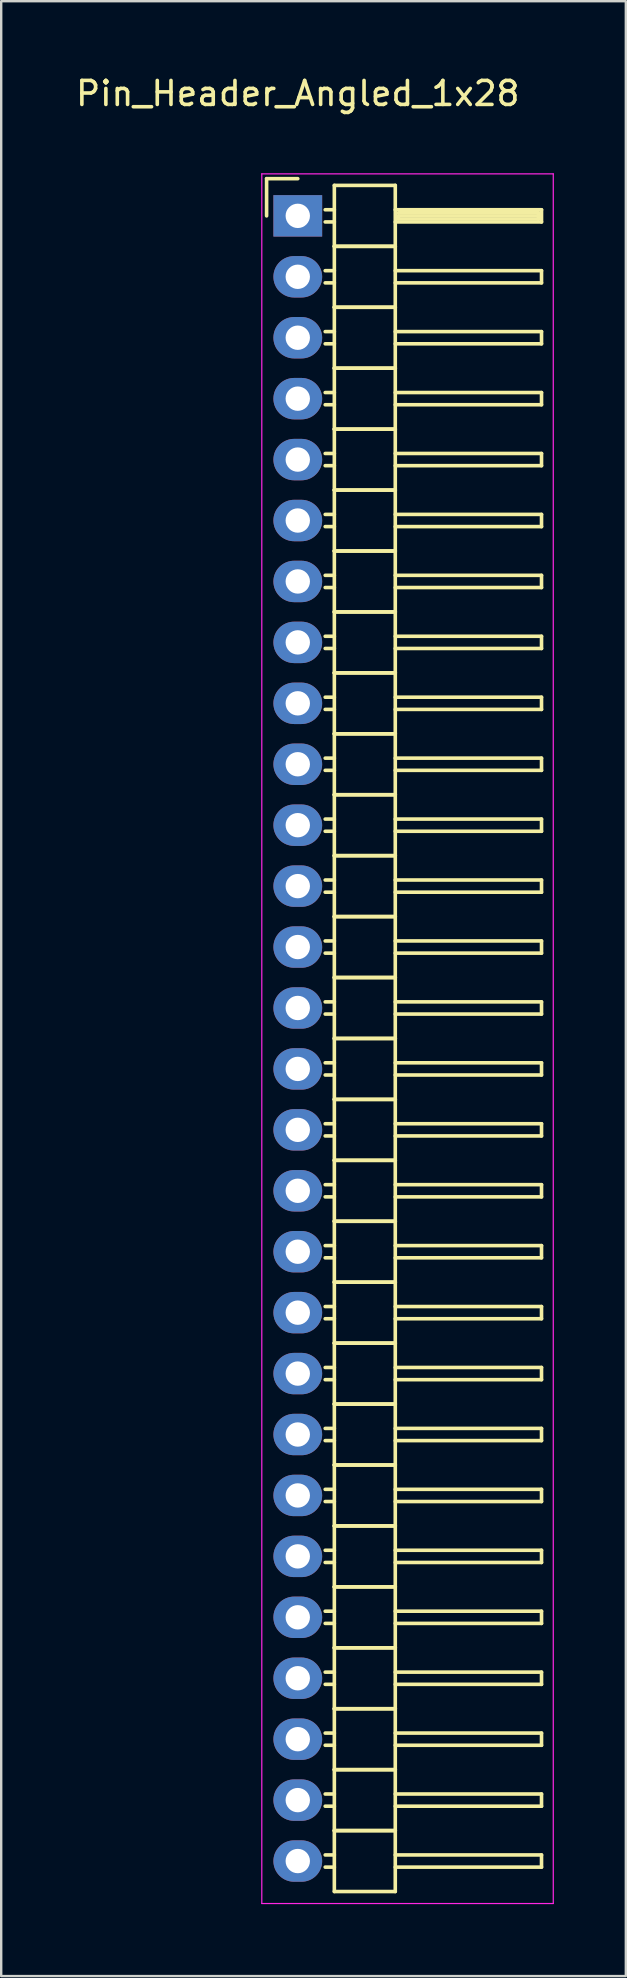
<source format=kicad_pcb>
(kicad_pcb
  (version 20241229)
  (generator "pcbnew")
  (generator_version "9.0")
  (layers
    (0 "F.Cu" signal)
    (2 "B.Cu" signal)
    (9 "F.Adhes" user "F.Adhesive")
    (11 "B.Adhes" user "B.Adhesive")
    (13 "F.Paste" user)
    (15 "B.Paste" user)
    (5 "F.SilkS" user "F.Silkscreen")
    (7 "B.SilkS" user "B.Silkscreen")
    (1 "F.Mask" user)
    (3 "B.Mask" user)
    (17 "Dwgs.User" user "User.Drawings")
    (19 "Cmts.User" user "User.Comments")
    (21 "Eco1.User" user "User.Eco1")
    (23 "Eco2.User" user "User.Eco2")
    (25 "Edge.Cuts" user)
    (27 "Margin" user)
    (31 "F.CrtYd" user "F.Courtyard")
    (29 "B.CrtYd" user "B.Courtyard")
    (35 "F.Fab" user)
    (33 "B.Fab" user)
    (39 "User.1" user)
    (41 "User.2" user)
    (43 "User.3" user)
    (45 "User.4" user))
  (footprint "Pin_Header_Angled_1x28"
    (layer "F.Cu")
    (at 9.363 5.948)
    (property "Reference" "Pin_Header_Angled_1x28" (at 0 -5.1 0) (layer "F.SilkS") (effects (font (size 1 1) (thickness 0.15))))
    (attr through_hole)
    (fp_line (start -1.3 -1.55) (end -1.3 0) (stroke (width 0.15) (type solid)) (layer "F.SilkS"))
    (fp_line (start 0 -1.55) (end -1.3 -1.55) (stroke (width 0.15) (type solid)) (layer "F.SilkS"))
    (fp_line (start 1.524 -1.27) (end 1.524 1.27) (stroke (width 0.15) (type solid)) (layer "F.SilkS"))
    (fp_line (start 1.524 -1.27) (end 4.064 -1.27) (stroke (width 0.15) (type solid)) (layer "F.SilkS"))
    (fp_line (start 1.524 -0.254) (end 1.143 -0.254) (stroke (width 0.15) (type solid)) (layer "F.SilkS"))
    (fp_line (start 1.524 0.254) (end 1.143 0.254) (stroke (width 0.15) (type solid)) (layer "F.SilkS"))
    (fp_line (start 1.524 1.27) (end 1.524 3.81) (stroke (width 0.15) (type solid)) (layer "F.SilkS"))
    (fp_line (start 1.524 1.27) (end 4.064 1.27) (stroke (width 0.15) (type solid)) (layer "F.SilkS"))
    (fp_line (start 1.524 1.27) (end 4.064 1.27) (stroke (width 0.15) (type solid)) (layer "F.SilkS"))
    (fp_line (start 1.524 2.286) (end 1.143 2.286) (stroke (width 0.15) (type solid)) (layer "F.SilkS"))
    (fp_line (start 1.524 2.794) (end 1.143 2.794) (stroke (width 0.15) (type solid)) (layer "F.SilkS"))
    (fp_line (start 1.524 3.81) (end 1.524 6.35) (stroke (width 0.15) (type solid)) (layer "F.SilkS"))
    (fp_line (start 1.524 3.81) (end 4.064 3.81) (stroke (width 0.15) (type solid)) (layer "F.SilkS"))
    (fp_line (start 1.524 3.81) (end 4.064 3.81) (stroke (width 0.15) (type solid)) (layer "F.SilkS"))
    (fp_line (start 1.524 4.826) (end 1.143 4.826) (stroke (width 0.15) (type solid)) (layer "F.SilkS"))
    (fp_line (start 1.524 5.334) (end 1.143 5.334) (stroke (width 0.15) (type solid)) (layer "F.SilkS"))
    (fp_line (start 1.524 6.35) (end 1.524 8.89) (stroke (width 0.15) (type solid)) (layer "F.SilkS"))
    (fp_line (start 1.524 6.35) (end 4.064 6.35) (stroke (width 0.15) (type solid)) (layer "F.SilkS"))
    (fp_line (start 1.524 6.35) (end 4.064 6.35) (stroke (width 0.15) (type solid)) (layer "F.SilkS"))
    (fp_line (start 1.524 7.366) (end 1.143 7.366) (stroke (width 0.15) (type solid)) (layer "F.SilkS"))
    (fp_line (start 1.524 7.874) (end 1.143 7.874) (stroke (width 0.15) (type solid)) (layer "F.SilkS"))
    (fp_line (start 1.524 8.89) (end 1.524 11.43) (stroke (width 0.15) (type solid)) (layer "F.SilkS"))
    (fp_line (start 1.524 8.89) (end 4.064 8.89) (stroke (width 0.15) (type solid)) (layer "F.SilkS"))
    (fp_line (start 1.524 8.89) (end 4.064 8.89) (stroke (width 0.15) (type solid)) (layer "F.SilkS"))
    (fp_line (start 1.524 9.906) (end 1.143 9.906) (stroke (width 0.15) (type solid)) (layer "F.SilkS"))
    (fp_line (start 1.524 10.414) (end 1.143 10.414) (stroke (width 0.15) (type solid)) (layer "F.SilkS"))
    (fp_line (start 1.524 11.43) (end 1.524 13.97) (stroke (width 0.15) (type solid)) (layer "F.SilkS"))
    (fp_line (start 1.524 11.43) (end 4.064 11.43) (stroke (width 0.15) (type solid)) (layer "F.SilkS"))
    (fp_line (start 1.524 11.43) (end 4.064 11.43) (stroke (width 0.15) (type solid)) (layer "F.SilkS"))
    (fp_line (start 1.524 12.446) (end 1.143 12.446) (stroke (width 0.15) (type solid)) (layer "F.SilkS"))
    (fp_line (start 1.524 12.954) (end 1.143 12.954) (stroke (width 0.15) (type solid)) (layer "F.SilkS"))
    (fp_line (start 1.524 13.97) (end 1.524 16.51) (stroke (width 0.15) (type solid)) (layer "F.SilkS"))
    (fp_line (start 1.524 13.97) (end 4.064 13.97) (stroke (width 0.15) (type solid)) (layer "F.SilkS"))
    (fp_line (start 1.524 13.97) (end 4.064 13.97) (stroke (width 0.15) (type solid)) (layer "F.SilkS"))
    (fp_line (start 1.524 14.986) (end 1.143 14.986) (stroke (width 0.15) (type solid)) (layer "F.SilkS"))
    (fp_line (start 1.524 15.494) (end 1.143 15.494) (stroke (width 0.15) (type solid)) (layer "F.SilkS"))
    (fp_line (start 1.524 16.51) (end 1.524 19.05) (stroke (width 0.15) (type solid)) (layer "F.SilkS"))
    (fp_line (start 1.524 16.51) (end 4.064 16.51) (stroke (width 0.15) (type solid)) (layer "F.SilkS"))
    (fp_line (start 1.524 16.51) (end 4.064 16.51) (stroke (width 0.15) (type solid)) (layer "F.SilkS"))
    (fp_line (start 1.524 17.526) (end 1.143 17.526) (stroke (width 0.15) (type solid)) (layer "F.SilkS"))
    (fp_line (start 1.524 18.034) (end 1.143 18.034) (stroke (width 0.15) (type solid)) (layer "F.SilkS"))
    (fp_line (start 1.524 19.05) (end 1.524 21.59) (stroke (width 0.15) (type solid)) (layer "F.SilkS"))
    (fp_line (start 1.524 19.05) (end 4.064 19.05) (stroke (width 0.15) (type solid)) (layer "F.SilkS"))
    (fp_line (start 1.524 19.05) (end 4.064 19.05) (stroke (width 0.15) (type solid)) (layer "F.SilkS"))
    (fp_line (start 1.524 20.066) (end 1.143 20.066) (stroke (width 0.15) (type solid)) (layer "F.SilkS"))
    (fp_line (start 1.524 20.574) (end 1.143 20.574) (stroke (width 0.15) (type solid)) (layer "F.SilkS"))
    (fp_line (start 1.524 21.59) (end 1.524 24.13) (stroke (width 0.15) (type solid)) (layer "F.SilkS"))
    (fp_line (start 1.524 21.59) (end 4.064 21.59) (stroke (width 0.15) (type solid)) (layer "F.SilkS"))
    (fp_line (start 1.524 21.59) (end 4.064 21.59) (stroke (width 0.15) (type solid)) (layer "F.SilkS"))
    (fp_line (start 1.524 22.606) (end 1.143 22.606) (stroke (width 0.15) (type solid)) (layer "F.SilkS"))
    (fp_line (start 1.524 23.114) (end 1.143 23.114) (stroke (width 0.15) (type solid)) (layer "F.SilkS"))
    (fp_line (start 1.524 24.13) (end 1.524 26.67) (stroke (width 0.15) (type solid)) (layer "F.SilkS"))
    (fp_line (start 1.524 24.13) (end 4.064 24.13) (stroke (width 0.15) (type solid)) (layer "F.SilkS"))
    (fp_line (start 1.524 24.13) (end 4.064 24.13) (stroke (width 0.15) (type solid)) (layer "F.SilkS"))
    (fp_line (start 1.524 25.146) (end 1.143 25.146) (stroke (width 0.15) (type solid)) (layer "F.SilkS"))
    (fp_line (start 1.524 25.654) (end 1.143 25.654) (stroke (width 0.15) (type solid)) (layer "F.SilkS"))
    (fp_line (start 1.524 26.67) (end 1.524 29.21) (stroke (width 0.15) (type solid)) (layer "F.SilkS"))
    (fp_line (start 1.524 26.67) (end 4.064 26.67) (stroke (width 0.15) (type solid)) (layer "F.SilkS"))
    (fp_line (start 1.524 26.67) (end 4.064 26.67) (stroke (width 0.15) (type solid)) (layer "F.SilkS"))
    (fp_line (start 1.524 27.686) (end 1.143 27.686) (stroke (width 0.15) (type solid)) (layer "F.SilkS"))
    (fp_line (start 1.524 28.194) (end 1.143 28.194) (stroke (width 0.15) (type solid)) (layer "F.SilkS"))
    (fp_line (start 1.524 29.21) (end 1.524 31.75) (stroke (width 0.15) (type solid)) (layer "F.SilkS"))
    (fp_line (start 1.524 29.21) (end 4.064 29.21) (stroke (width 0.15) (type solid)) (layer "F.SilkS"))
    (fp_line (start 1.524 29.21) (end 4.064 29.21) (stroke (width 0.15) (type solid)) (layer "F.SilkS"))
    (fp_line (start 1.524 30.226) (end 1.143 30.226) (stroke (width 0.15) (type solid)) (layer "F.SilkS"))
    (fp_line (start 1.524 30.734) (end 1.143 30.734) (stroke (width 0.15) (type solid)) (layer "F.SilkS"))
    (fp_line (start 1.524 31.75) (end 1.524 34.29) (stroke (width 0.15) (type solid)) (layer "F.SilkS"))
    (fp_line (start 1.524 31.75) (end 4.064 31.75) (stroke (width 0.15) (type solid)) (layer "F.SilkS"))
    (fp_line (start 1.524 31.75) (end 4.064 31.75) (stroke (width 0.15) (type solid)) (layer "F.SilkS"))
    (fp_line (start 1.524 32.766) (end 1.143 32.766) (stroke (width 0.15) (type solid)) (layer "F.SilkS"))
    (fp_line (start 1.524 33.274) (end 1.143 33.274) (stroke (width 0.15) (type solid)) (layer "F.SilkS"))
    (fp_line (start 1.524 34.29) (end 1.524 36.83) (stroke (width 0.15) (type solid)) (layer "F.SilkS"))
    (fp_line (start 1.524 34.29) (end 4.064 34.29) (stroke (width 0.15) (type solid)) (layer "F.SilkS"))
    (fp_line (start 1.524 34.29) (end 4.064 34.29) (stroke (width 0.15) (type solid)) (layer "F.SilkS"))
    (fp_line (start 1.524 35.306) (end 1.143 35.306) (stroke (width 0.15) (type solid)) (layer "F.SilkS"))
    (fp_line (start 1.524 35.814) (end 1.143 35.814) (stroke (width 0.15) (type solid)) (layer "F.SilkS"))
    (fp_line (start 1.524 36.83) (end 1.524 39.37) (stroke (width 0.15) (type solid)) (layer "F.SilkS"))
    (fp_line (start 1.524 36.83) (end 4.064 36.83) (stroke (width 0.15) (type solid)) (layer "F.SilkS"))
    (fp_line (start 1.524 36.83) (end 4.064 36.83) (stroke (width 0.15) (type solid)) (layer "F.SilkS"))
    (fp_line (start 1.524 37.846) (end 1.143 37.846) (stroke (width 0.15) (type solid)) (layer "F.SilkS"))
    (fp_line (start 1.524 38.354) (end 1.143 38.354) (stroke (width 0.15) (type solid)) (layer "F.SilkS"))
    (fp_line (start 1.524 39.37) (end 1.524 41.91) (stroke (width 0.15) (type solid)) (layer "F.SilkS"))
    (fp_line (start 1.524 39.37) (end 4.064 39.37) (stroke (width 0.15) (type solid)) (layer "F.SilkS"))
    (fp_line (start 1.524 39.37) (end 4.064 39.37) (stroke (width 0.15) (type solid)) (layer "F.SilkS"))
    (fp_line (start 1.524 40.386) (end 1.143 40.386) (stroke (width 0.15) (type solid)) (layer "F.SilkS"))
    (fp_line (start 1.524 40.894) (end 1.143 40.894) (stroke (width 0.15) (type solid)) (layer "F.SilkS"))
    (fp_line (start 1.524 41.91) (end 1.524 44.45) (stroke (width 0.15) (type solid)) (layer "F.SilkS"))
    (fp_line (start 1.524 41.91) (end 4.064 41.91) (stroke (width 0.15) (type solid)) (layer "F.SilkS"))
    (fp_line (start 1.524 41.91) (end 4.064 41.91) (stroke (width 0.15) (type solid)) (layer "F.SilkS"))
    (fp_line (start 1.524 42.926) (end 1.143 42.926) (stroke (width 0.15) (type solid)) (layer "F.SilkS"))
    (fp_line (start 1.524 43.434) (end 1.143 43.434) (stroke (width 0.15) (type solid)) (layer "F.SilkS"))
    (fp_line (start 1.524 44.45) (end 1.524 46.99) (stroke (width 0.15) (type solid)) (layer "F.SilkS"))
    (fp_line (start 1.524 44.45) (end 4.064 44.45) (stroke (width 0.15) (type solid)) (layer "F.SilkS"))
    (fp_line (start 1.524 44.45) (end 4.064 44.45) (stroke (width 0.15) (type solid)) (layer "F.SilkS"))
    (fp_line (start 1.524 45.466) (end 1.143 45.466) (stroke (width 0.15) (type solid)) (layer "F.SilkS"))
    (fp_line (start 1.524 45.974) (end 1.143 45.974) (stroke (width 0.15) (type solid)) (layer "F.SilkS"))
    (fp_line (start 1.524 46.99) (end 1.524 49.53) (stroke (width 0.15) (type solid)) (layer "F.SilkS"))
    (fp_line (start 1.524 46.99) (end 4.064 46.99) (stroke (width 0.15) (type solid)) (layer "F.SilkS"))
    (fp_line (start 1.524 46.99) (end 4.064 46.99) (stroke (width 0.15) (type solid)) (layer "F.SilkS"))
    (fp_line (start 1.524 48.006) (end 1.143 48.006) (stroke (width 0.15) (type solid)) (layer "F.SilkS"))
    (fp_line (start 1.524 48.514) (end 1.143 48.514) (stroke (width 0.15) (type solid)) (layer "F.SilkS"))
    (fp_line (start 1.524 49.53) (end 1.524 52.07) (stroke (width 0.15) (type solid)) (layer "F.SilkS"))
    (fp_line (start 1.524 49.53) (end 4.064 49.53) (stroke (width 0.15) (type solid)) (layer "F.SilkS"))
    (fp_line (start 1.524 49.53) (end 4.064 49.53) (stroke (width 0.15) (type solid)) (layer "F.SilkS"))
    (fp_line (start 1.524 50.546) (end 1.143 50.546) (stroke (width 0.15) (type solid)) (layer "F.SilkS"))
    (fp_line (start 1.524 51.054) (end 1.143 51.054) (stroke (width 0.15) (type solid)) (layer "F.SilkS"))
    (fp_line (start 1.524 52.07) (end 1.524 54.61) (stroke (width 0.15) (type solid)) (layer "F.SilkS"))
    (fp_line (start 1.524 52.07) (end 4.064 52.07) (stroke (width 0.15) (type solid)) (layer "F.SilkS"))
    (fp_line (start 1.524 52.07) (end 4.064 52.07) (stroke (width 0.15) (type solid)) (layer "F.SilkS"))
    (fp_line (start 1.524 53.086) (end 1.143 53.086) (stroke (width 0.15) (type solid)) (layer "F.SilkS"))
    (fp_line (start 1.524 53.594) (end 1.143 53.594) (stroke (width 0.15) (type solid)) (layer "F.SilkS"))
    (fp_line (start 1.524 54.61) (end 1.524 57.15) (stroke (width 0.15) (type solid)) (layer "F.SilkS"))
    (fp_line (start 1.524 54.61) (end 4.064 54.61) (stroke (width 0.15) (type solid)) (layer "F.SilkS"))
    (fp_line (start 1.524 54.61) (end 4.064 54.61) (stroke (width 0.15) (type solid)) (layer "F.SilkS"))
    (fp_line (start 1.524 55.626) (end 1.143 55.626) (stroke (width 0.15) (type solid)) (layer "F.SilkS"))
    (fp_line (start 1.524 56.134) (end 1.143 56.134) (stroke (width 0.15) (type solid)) (layer "F.SilkS"))
    (fp_line (start 1.524 57.15) (end 1.524 59.69) (stroke (width 0.15) (type solid)) (layer "F.SilkS"))
    (fp_line (start 1.524 57.15) (end 4.064 57.15) (stroke (width 0.15) (type solid)) (layer "F.SilkS"))
    (fp_line (start 1.524 57.15) (end 4.064 57.15) (stroke (width 0.15) (type solid)) (layer "F.SilkS"))
    (fp_line (start 1.524 58.166) (end 1.143 58.166) (stroke (width 0.15) (type solid)) (layer "F.SilkS"))
    (fp_line (start 1.524 58.674) (end 1.143 58.674) (stroke (width 0.15) (type solid)) (layer "F.SilkS"))
    (fp_line (start 1.524 59.69) (end 1.524 62.23) (stroke (width 0.15) (type solid)) (layer "F.SilkS"))
    (fp_line (start 1.524 59.69) (end 4.064 59.69) (stroke (width 0.15) (type solid)) (layer "F.SilkS"))
    (fp_line (start 1.524 59.69) (end 4.064 59.69) (stroke (width 0.15) (type solid)) (layer "F.SilkS"))
    (fp_line (start 1.524 60.706) (end 1.143 60.706) (stroke (width 0.15) (type solid)) (layer "F.SilkS"))
    (fp_line (start 1.524 61.214) (end 1.143 61.214) (stroke (width 0.15) (type solid)) (layer "F.SilkS"))
    (fp_line (start 1.524 62.23) (end 1.524 64.77) (stroke (width 0.15) (type solid)) (layer "F.SilkS"))
    (fp_line (start 1.524 62.23) (end 4.064 62.23) (stroke (width 0.15) (type solid)) (layer "F.SilkS"))
    (fp_line (start 1.524 62.23) (end 4.064 62.23) (stroke (width 0.15) (type solid)) (layer "F.SilkS"))
    (fp_line (start 1.524 63.246) (end 1.143 63.246) (stroke (width 0.15) (type solid)) (layer "F.SilkS"))
    (fp_line (start 1.524 63.754) (end 1.143 63.754) (stroke (width 0.15) (type solid)) (layer "F.SilkS"))
    (fp_line (start 1.524 64.77) (end 1.524 67.31) (stroke (width 0.15) (type solid)) (layer "F.SilkS"))
    (fp_line (start 1.524 64.77) (end 4.064 64.77) (stroke (width 0.15) (type solid)) (layer "F.SilkS"))
    (fp_line (start 1.524 64.77) (end 4.064 64.77) (stroke (width 0.15) (type solid)) (layer "F.SilkS"))
    (fp_line (start 1.524 65.786) (end 1.143 65.786) (stroke (width 0.15) (type solid)) (layer "F.SilkS"))
    (fp_line (start 1.524 66.294) (end 1.143 66.294) (stroke (width 0.15) (type solid)) (layer "F.SilkS"))
    (fp_line (start 1.524 67.31) (end 1.524 69.85) (stroke (width 0.15) (type solid)) (layer "F.SilkS"))
    (fp_line (start 1.524 67.31) (end 4.064 67.31) (stroke (width 0.15) (type solid)) (layer "F.SilkS"))
    (fp_line (start 1.524 67.31) (end 4.064 67.31) (stroke (width 0.15) (type solid)) (layer "F.SilkS"))
    (fp_line (start 1.524 68.326) (end 1.143 68.326) (stroke (width 0.15) (type solid)) (layer "F.SilkS"))
    (fp_line (start 1.524 68.834) (end 1.143 68.834) (stroke (width 0.15) (type solid)) (layer "F.SilkS"))
    (fp_line (start 1.524 69.85) (end 4.064 69.85) (stroke (width 0.15) (type solid)) (layer "F.SilkS"))
    (fp_line (start 4.064 -0.254) (end 10.16 -0.254) (stroke (width 0.15) (type solid)) (layer "F.SilkS"))
    (fp_line (start 4.064 1.27) (end 4.064 -1.27) (stroke (width 0.15) (type solid)) (layer "F.SilkS"))
    (fp_line (start 4.064 2.286) (end 10.16 2.286) (stroke (width 0.15) (type solid)) (layer "F.SilkS"))
    (fp_line (start 4.064 3.81) (end 4.064 1.27) (stroke (width 0.15) (type solid)) (layer "F.SilkS"))
    (fp_line (start 4.064 4.826) (end 10.16 4.826) (stroke (width 0.15) (type solid)) (layer "F.SilkS"))
    (fp_line (start 4.064 6.35) (end 4.064 3.81) (stroke (width 0.15) (type solid)) (layer "F.SilkS"))
    (fp_line (start 4.064 7.366) (end 10.16 7.366) (stroke (width 0.15) (type solid)) (layer "F.SilkS"))
    (fp_line (start 4.064 8.89) (end 4.064 6.35) (stroke (width 0.15) (type solid)) (layer "F.SilkS"))
    (fp_line (start 4.064 9.906) (end 10.16 9.906) (stroke (width 0.15) (type solid)) (layer "F.SilkS"))
    (fp_line (start 4.064 11.43) (end 4.064 8.89) (stroke (width 0.15) (type solid)) (layer "F.SilkS"))
    (fp_line (start 4.064 12.446) (end 10.16 12.446) (stroke (width 0.15) (type solid)) (layer "F.SilkS"))
    (fp_line (start 4.064 13.97) (end 4.064 11.43) (stroke (width 0.15) (type solid)) (layer "F.SilkS"))
    (fp_line (start 4.064 14.986) (end 10.16 14.986) (stroke (width 0.15) (type solid)) (layer "F.SilkS"))
    (fp_line (start 4.064 16.51) (end 4.064 13.97) (stroke (width 0.15) (type solid)) (layer "F.SilkS"))
    (fp_line (start 4.064 17.526) (end 10.16 17.526) (stroke (width 0.15) (type solid)) (layer "F.SilkS"))
    (fp_line (start 4.064 19.05) (end 4.064 16.51) (stroke (width 0.15) (type solid)) (layer "F.SilkS"))
    (fp_line (start 4.064 20.066) (end 10.16 20.066) (stroke (width 0.15) (type solid)) (layer "F.SilkS"))
    (fp_line (start 4.064 21.59) (end 4.064 19.05) (stroke (width 0.15) (type solid)) (layer "F.SilkS"))
    (fp_line (start 4.064 22.606) (end 10.16 22.606) (stroke (width 0.15) (type solid)) (layer "F.SilkS"))
    (fp_line (start 4.064 24.13) (end 4.064 21.59) (stroke (width 0.15) (type solid)) (layer "F.SilkS"))
    (fp_line (start 4.064 25.146) (end 10.16 25.146) (stroke (width 0.15) (type solid)) (layer "F.SilkS"))
    (fp_line (start 4.064 26.67) (end 4.064 24.13) (stroke (width 0.15) (type solid)) (layer "F.SilkS"))
    (fp_line (start 4.064 27.686) (end 10.16 27.686) (stroke (width 0.15) (type solid)) (layer "F.SilkS"))
    (fp_line (start 4.064 29.21) (end 4.064 26.67) (stroke (width 0.15) (type solid)) (layer "F.SilkS"))
    (fp_line (start 4.064 30.226) (end 10.16 30.226) (stroke (width 0.15) (type solid)) (layer "F.SilkS"))
    (fp_line (start 4.064 31.75) (end 4.064 29.21) (stroke (width 0.15) (type solid)) (layer "F.SilkS"))
    (fp_line (start 4.064 32.766) (end 10.16 32.766) (stroke (width 0.15) (type solid)) (layer "F.SilkS"))
    (fp_line (start 4.064 34.29) (end 4.064 31.75) (stroke (width 0.15) (type solid)) (layer "F.SilkS"))
    (fp_line (start 4.064 35.306) (end 10.16 35.306) (stroke (width 0.15) (type solid)) (layer "F.SilkS"))
    (fp_line (start 4.064 36.83) (end 4.064 34.29) (stroke (width 0.15) (type solid)) (layer "F.SilkS"))
    (fp_line (start 4.064 37.846) (end 10.16 37.846) (stroke (width 0.15) (type solid)) (layer "F.SilkS"))
    (fp_line (start 4.064 39.37) (end 4.064 36.83) (stroke (width 0.15) (type solid)) (layer "F.SilkS"))
    (fp_line (start 4.064 40.386) (end 10.16 40.386) (stroke (width 0.15) (type solid)) (layer "F.SilkS"))
    (fp_line (start 4.064 41.91) (end 4.064 39.37) (stroke (width 0.15) (type solid)) (layer "F.SilkS"))
    (fp_line (start 4.064 42.926) (end 10.16 42.926) (stroke (width 0.15) (type solid)) (layer "F.SilkS"))
    (fp_line (start 4.064 44.45) (end 4.064 41.91) (stroke (width 0.15) (type solid)) (layer "F.SilkS"))
    (fp_line (start 4.064 45.466) (end 10.16 45.466) (stroke (width 0.15) (type solid)) (layer "F.SilkS"))
    (fp_line (start 4.064 46.99) (end 4.064 44.45) (stroke (width 0.15) (type solid)) (layer "F.SilkS"))
    (fp_line (start 4.064 48.006) (end 10.16 48.006) (stroke (width 0.15) (type solid)) (layer "F.SilkS"))
    (fp_line (start 4.064 49.53) (end 4.064 46.99) (stroke (width 0.15) (type solid)) (layer "F.SilkS"))
    (fp_line (start 4.064 50.546) (end 10.16 50.546) (stroke (width 0.15) (type solid)) (layer "F.SilkS"))
    (fp_line (start 4.064 52.07) (end 4.064 49.53) (stroke (width 0.15) (type solid)) (layer "F.SilkS"))
    (fp_line (start 4.064 53.086) (end 10.16 53.086) (stroke (width 0.15) (type solid)) (layer "F.SilkS"))
    (fp_line (start 4.064 54.61) (end 4.064 52.07) (stroke (width 0.15) (type solid)) (layer "F.SilkS"))
    (fp_line (start 4.064 55.626) (end 10.16 55.626) (stroke (width 0.15) (type solid)) (layer "F.SilkS"))
    (fp_line (start 4.064 57.15) (end 4.064 54.61) (stroke (width 0.15) (type solid)) (layer "F.SilkS"))
    (fp_line (start 4.064 58.166) (end 10.16 58.166) (stroke (width 0.15) (type solid)) (layer "F.SilkS"))
    (fp_line (start 4.064 59.69) (end 4.064 57.15) (stroke (width 0.15) (type solid)) (layer "F.SilkS"))
    (fp_line (start 4.064 60.706) (end 10.16 60.706) (stroke (width 0.15) (type solid)) (layer "F.SilkS"))
    (fp_line (start 4.064 62.23) (end 4.064 59.69) (stroke (width 0.15) (type solid)) (layer "F.SilkS"))
    (fp_line (start 4.064 63.246) (end 10.16 63.246) (stroke (width 0.15) (type solid)) (layer "F.SilkS"))
    (fp_line (start 4.064 64.77) (end 4.064 62.23) (stroke (width 0.15) (type solid)) (layer "F.SilkS"))
    (fp_line (start 4.064 65.786) (end 10.16 65.786) (stroke (width 0.15) (type solid)) (layer "F.SilkS"))
    (fp_line (start 4.064 67.31) (end 4.064 64.77) (stroke (width 0.15) (type solid)) (layer "F.SilkS"))
    (fp_line (start 4.064 68.326) (end 10.16 68.326) (stroke (width 0.15) (type solid)) (layer "F.SilkS"))
    (fp_line (start 4.064 69.85) (end 4.064 67.31) (stroke (width 0.15) (type solid)) (layer "F.SilkS"))
    (fp_line (start 4.191 -0.127) (end 10.033 -0.127) (stroke (width 0.15) (type solid)) (layer "F.SilkS"))
    (fp_line (start 4.191 0) (end 10.033 0) (stroke (width 0.15) (type solid)) (layer "F.SilkS"))
    (fp_line (start 4.191 0.127) (end 4.191 0) (stroke (width 0.15) (type solid)) (layer "F.SilkS"))
    (fp_line (start 10.033 -0.127) (end 10.033 0.127) (stroke (width 0.15) (type solid)) (layer "F.SilkS"))
    (fp_line (start 10.033 0.127) (end 4.191 0.127) (stroke (width 0.15) (type solid)) (layer "F.SilkS"))
    (fp_line (start 10.16 -0.254) (end 10.16 0.254) (stroke (width 0.15) (type solid)) (layer "F.SilkS"))
    (fp_line (start 10.16 0.254) (end 4.064 0.254) (stroke (width 0.15) (type solid)) (layer "F.SilkS"))
    (fp_line (start 10.16 2.286) (end 10.16 2.794) (stroke (width 0.15) (type solid)) (layer "F.SilkS"))
    (fp_line (start 10.16 2.794) (end 4.064 2.794) (stroke (width 0.15) (type solid)) (layer "F.SilkS"))
    (fp_line (start 10.16 4.826) (end 10.16 5.334) (stroke (width 0.15) (type solid)) (layer "F.SilkS"))
    (fp_line (start 10.16 5.334) (end 4.064 5.334) (stroke (width 0.15) (type solid)) (layer "F.SilkS"))
    (fp_line (start 10.16 7.366) (end 10.16 7.874) (stroke (width 0.15) (type solid)) (layer "F.SilkS"))
    (fp_line (start 10.16 7.874) (end 4.064 7.874) (stroke (width 0.15) (type solid)) (layer "F.SilkS"))
    (fp_line (start 10.16 9.906) (end 10.16 10.414) (stroke (width 0.15) (type solid)) (layer "F.SilkS"))
    (fp_line (start 10.16 10.414) (end 4.064 10.414) (stroke (width 0.15) (type solid)) (layer "F.SilkS"))
    (fp_line (start 10.16 12.446) (end 10.16 12.954) (stroke (width 0.15) (type solid)) (layer "F.SilkS"))
    (fp_line (start 10.16 12.954) (end 4.064 12.954) (stroke (width 0.15) (type solid)) (layer "F.SilkS"))
    (fp_line (start 10.16 14.986) (end 10.16 15.494) (stroke (width 0.15) (type solid)) (layer "F.SilkS"))
    (fp_line (start 10.16 15.494) (end 4.064 15.494) (stroke (width 0.15) (type solid)) (layer "F.SilkS"))
    (fp_line (start 10.16 17.526) (end 10.16 18.034) (stroke (width 0.15) (type solid)) (layer "F.SilkS"))
    (fp_line (start 10.16 18.034) (end 4.064 18.034) (stroke (width 0.15) (type solid)) (layer "F.SilkS"))
    (fp_line (start 10.16 20.066) (end 10.16 20.574) (stroke (width 0.15) (type solid)) (layer "F.SilkS"))
    (fp_line (start 10.16 20.574) (end 4.064 20.574) (stroke (width 0.15) (type solid)) (layer "F.SilkS"))
    (fp_line (start 10.16 22.606) (end 10.16 23.114) (stroke (width 0.15) (type solid)) (layer "F.SilkS"))
    (fp_line (start 10.16 23.114) (end 4.064 23.114) (stroke (width 0.15) (type solid)) (layer "F.SilkS"))
    (fp_line (start 10.16 25.146) (end 10.16 25.654) (stroke (width 0.15) (type solid)) (layer "F.SilkS"))
    (fp_line (start 10.16 25.654) (end 4.064 25.654) (stroke (width 0.15) (type solid)) (layer "F.SilkS"))
    (fp_line (start 10.16 27.686) (end 10.16 28.194) (stroke (width 0.15) (type solid)) (layer "F.SilkS"))
    (fp_line (start 10.16 28.194) (end 4.064 28.194) (stroke (width 0.15) (type solid)) (layer "F.SilkS"))
    (fp_line (start 10.16 30.226) (end 10.16 30.734) (stroke (width 0.15) (type solid)) (layer "F.SilkS"))
    (fp_line (start 10.16 30.734) (end 4.064 30.734) (stroke (width 0.15) (type solid)) (layer "F.SilkS"))
    (fp_line (start 10.16 32.766) (end 10.16 33.274) (stroke (width 0.15) (type solid)) (layer "F.SilkS"))
    (fp_line (start 10.16 33.274) (end 4.064 33.274) (stroke (width 0.15) (type solid)) (layer "F.SilkS"))
    (fp_line (start 10.16 35.306) (end 10.16 35.814) (stroke (width 0.15) (type solid)) (layer "F.SilkS"))
    (fp_line (start 10.16 35.814) (end 4.064 35.814) (stroke (width 0.15) (type solid)) (layer "F.SilkS"))
    (fp_line (start 10.16 37.846) (end 10.16 38.354) (stroke (width 0.15) (type solid)) (layer "F.SilkS"))
    (fp_line (start 10.16 38.354) (end 4.064 38.354) (stroke (width 0.15) (type solid)) (layer "F.SilkS"))
    (fp_line (start 10.16 40.386) (end 10.16 40.894) (stroke (width 0.15) (type solid)) (layer "F.SilkS"))
    (fp_line (start 10.16 40.894) (end 4.064 40.894) (stroke (width 0.15) (type solid)) (layer "F.SilkS"))
    (fp_line (start 10.16 42.926) (end 10.16 43.434) (stroke (width 0.15) (type solid)) (layer "F.SilkS"))
    (fp_line (start 10.16 43.434) (end 4.064 43.434) (stroke (width 0.15) (type solid)) (layer "F.SilkS"))
    (fp_line (start 10.16 45.466) (end 10.16 45.974) (stroke (width 0.15) (type solid)) (layer "F.SilkS"))
    (fp_line (start 10.16 45.974) (end 4.064 45.974) (stroke (width 0.15) (type solid)) (layer "F.SilkS"))
    (fp_line (start 10.16 48.006) (end 10.16 48.514) (stroke (width 0.15) (type solid)) (layer "F.SilkS"))
    (fp_line (start 10.16 48.514) (end 4.064 48.514) (stroke (width 0.15) (type solid)) (layer "F.SilkS"))
    (fp_line (start 10.16 50.546) (end 10.16 51.054) (stroke (width 0.15) (type solid)) (layer "F.SilkS"))
    (fp_line (start 10.16 51.054) (end 4.064 51.054) (stroke (width 0.15) (type solid)) (layer "F.SilkS"))
    (fp_line (start 10.16 53.086) (end 10.16 53.594) (stroke (width 0.15) (type solid)) (layer "F.SilkS"))
    (fp_line (start 10.16 53.594) (end 4.064 53.594) (stroke (width 0.15) (type solid)) (layer "F.SilkS"))
    (fp_line (start 10.16 55.626) (end 10.16 56.134) (stroke (width 0.15) (type solid)) (layer "F.SilkS"))
    (fp_line (start 10.16 56.134) (end 4.064 56.134) (stroke (width 0.15) (type solid)) (layer "F.SilkS"))
    (fp_line (start 10.16 58.166) (end 10.16 58.674) (stroke (width 0.15) (type solid)) (layer "F.SilkS"))
    (fp_line (start 10.16 58.674) (end 4.064 58.674) (stroke (width 0.15) (type solid)) (layer "F.SilkS"))
    (fp_line (start 10.16 60.706) (end 10.16 61.214) (stroke (width 0.15) (type solid)) (layer "F.SilkS"))
    (fp_line (start 10.16 61.214) (end 4.064 61.214) (stroke (width 0.15) (type solid)) (layer "F.SilkS"))
    (fp_line (start 10.16 63.246) (end 10.16 63.754) (stroke (width 0.15) (type solid)) (layer "F.SilkS"))
    (fp_line (start 10.16 63.754) (end 4.064 63.754) (stroke (width 0.15) (type solid)) (layer "F.SilkS"))
    (fp_line (start 10.16 65.786) (end 10.16 66.294) (stroke (width 0.15) (type solid)) (layer "F.SilkS"))
    (fp_line (start 10.16 66.294) (end 4.064 66.294) (stroke (width 0.15) (type solid)) (layer "F.SilkS"))
    (fp_line (start 10.16 68.326) (end 10.16 68.834) (stroke (width 0.15) (type solid)) (layer "F.SilkS"))
    (fp_line (start 10.16 68.834) (end 4.064 68.834) (stroke (width 0.15) (type solid)) (layer "F.SilkS"))
    (fp_line (start -1.5 -1.75) (end -1.5 70.35) (stroke (width 0.05) (type solid)) (layer "F.CrtYd"))
    (fp_line (start -1.5 -1.75) (end 10.65 -1.75) (stroke (width 0.05) (type solid)) (layer "F.CrtYd"))
    (fp_line (start -1.5 70.35) (end 10.65 70.35) (stroke (width 0.05) (type solid)) (layer "F.CrtYd"))
    (fp_line (start 10.65 -1.75) (end 10.65 70.35) (stroke (width 0.05) (type solid)) (layer "F.CrtYd"))
    (pad "1" thru_hole rect (at 0 0) (size 2.032 1.727) (drill 1.016) (layers "*.Cu" "*.Mask"))
    (pad "2" thru_hole oval (at 0 2.54) (size 2.032 1.727) (drill 1.016) (layers "*.Cu" "*.Mask"))
    (pad "3" thru_hole oval (at 0 5.08) (size 2.032 1.727) (drill 1.016) (layers "*.Cu" "*.Mask"))
    (pad "4" thru_hole oval (at 0 7.62) (size 2.032 1.727) (drill 1.016) (layers "*.Cu" "*.Mask"))
    (pad "5" thru_hole oval (at 0 10.16) (size 2.032 1.727) (drill 1.016) (layers "*.Cu" "*.Mask"))
    (pad "6" thru_hole oval (at 0 12.7) (size 2.032 1.727) (drill 1.016) (layers "*.Cu" "*.Mask"))
    (pad "7" thru_hole oval (at 0 15.24) (size 2.032 1.727) (drill 1.016) (layers "*.Cu" "*.Mask"))
    (pad "8" thru_hole oval (at 0 17.78) (size 2.032 1.727) (drill 1.016) (layers "*.Cu" "*.Mask"))
    (pad "9" thru_hole oval (at 0 20.32) (size 2.032 1.727) (drill 1.016) (layers "*.Cu" "*.Mask"))
    (pad "10" thru_hole oval (at 0 22.86) (size 2.032 1.727) (drill 1.016) (layers "*.Cu" "*.Mask"))
    (pad "11" thru_hole oval (at 0 25.4) (size 2.032 1.727) (drill 1.016) (layers "*.Cu" "*.Mask"))
    (pad "12" thru_hole oval (at 0 27.94) (size 2.032 1.727) (drill 1.016) (layers "*.Cu" "*.Mask"))
    (pad "13" thru_hole oval (at 0 30.48) (size 2.032 1.727) (drill 1.016) (layers "*.Cu" "*.Mask"))
    (pad "14" thru_hole oval (at 0 33.02) (size 2.032 1.727) (drill 1.016) (layers "*.Cu" "*.Mask"))
    (pad "15" thru_hole oval (at 0 35.56) (size 2.032 1.727) (drill 1.016) (layers "*.Cu" "*.Mask"))
    (pad "16" thru_hole oval (at 0 38.1) (size 2.032 1.727) (drill 1.016) (layers "*.Cu" "*.Mask"))
    (pad "17" thru_hole oval (at 0 40.64) (size 2.032 1.727) (drill 1.016) (layers "*.Cu" "*.Mask"))
    (pad "18" thru_hole oval (at 0 43.18) (size 2.032 1.727) (drill 1.016) (layers "*.Cu" "*.Mask"))
    (pad "19" thru_hole oval (at 0 45.72) (size 2.032 1.727) (drill 1.016) (layers "*.Cu" "*.Mask"))
    (pad "20" thru_hole oval (at 0 48.26) (size 2.032 1.727) (drill 1.016) (layers "*.Cu" "*.Mask"))
    (pad "21" thru_hole oval (at 0 50.8) (size 2.032 1.727) (drill 1.016) (layers "*.Cu" "*.Mask"))
    (pad "22" thru_hole oval (at 0 53.34) (size 2.032 1.727) (drill 1.016) (layers "*.Cu" "*.Mask"))
    (pad "23" thru_hole oval (at 0 55.88) (size 2.032 1.727) (drill 1.016) (layers "*.Cu" "*.Mask"))
    (pad "24" thru_hole oval (at 0 58.42) (size 2.032 1.727) (drill 1.016) (layers "*.Cu" "*.Mask"))
    (pad "25" thru_hole oval (at 0 60.96) (size 2.032 1.727) (drill 1.016) (layers "*.Cu" "*.Mask"))
    (pad "26" thru_hole oval (at 0 63.5) (size 2.032 1.727) (drill 1.016) (layers "*.Cu" "*.Mask"))
    (pad "27" thru_hole oval (at 0 66.04) (size 2.032 1.727) (drill 1.016) (layers "*.Cu" "*.Mask"))
    (pad "28" thru_hole oval (at 0 68.58) (size 2.032 1.727) (drill 1.016) (layers "*.Cu" "*.Mask")))
  (gr_rect
    (start -3 -3)
    (end 23.038 79.323)
    (stroke (width 0.1) (type default))
    (fill no)
    (layer "Edge.Cuts")))
</source>
